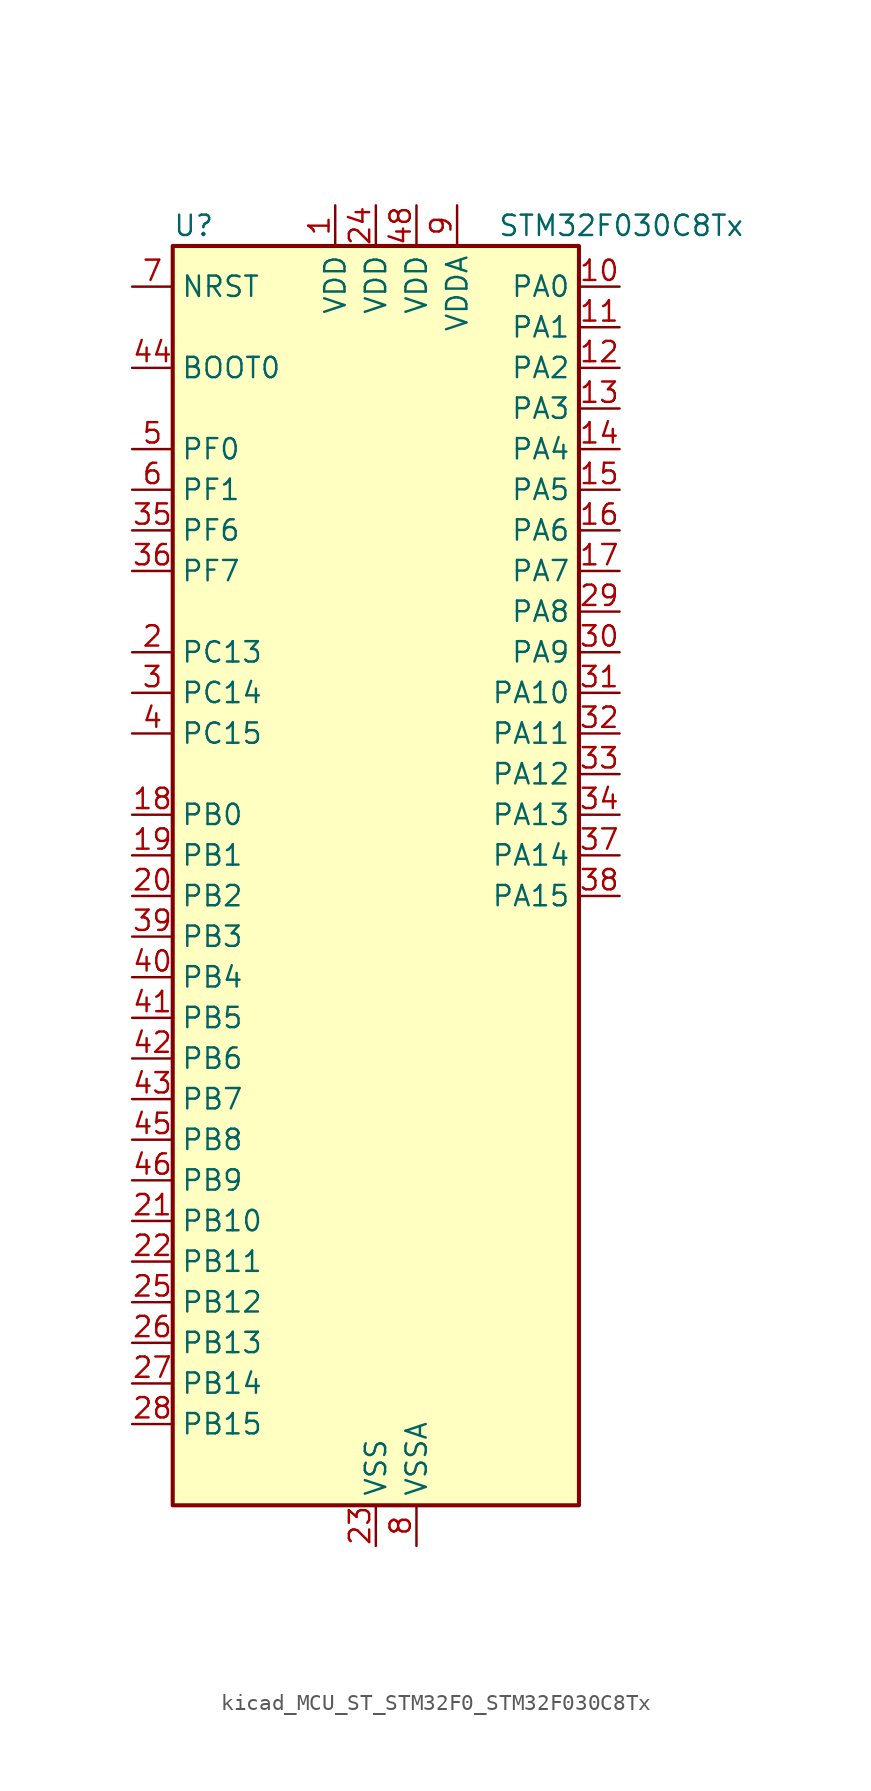
<source format=kicad_sym>
(kicad_symbol_lib
  (version 20220914)
  (generator kicad_symbol_editor)
  (symbol "kicad_MCU_ST_STM32F0_STM32F030C8Tx"
    (property "Reference" "U"
      (at -12.7 41.91 0)
      (effects (font (size 1.27 1.27)) (justify left)))
    (property "Value" "STM32F030C8Tx"
      (at 7.62 41.91 0)
      (effects (font (size 1.27 1.27)) (justify left)))
    (property "ki_locked" ""
      (at 0 0 0)
      (effects (font (size 1.27 1.27))))
    (symbol "kicad_MCU_ST_STM32F0_STM32F030C8Tx_0_1"
      (rectangle (start -12.7 -38.1) (end 12.7 40.64) (stroke (width 0.254) (type default)) (fill (type background))))
    (symbol "kicad_MCU_ST_STM32F0_STM32F030C8Tx_1_1"
      (pin power_in line (at -2.54 43.18 270) (length 2.54) (name "VDD" (effects (font (size 1.27 1.27)))) (number "1" (effects (font (size 1.27 1.27)))))
      (pin bidirectional line (at 15.24 38.1 180) (length 2.54) (name "PA0" (effects (font (size 1.27 1.27)))) (number "10" (effects (font (size 1.27 1.27)))) (alternate "ADC_IN0" bidirectional line) (alternate "RTC_TAMP2" bidirectional line) (alternate "SYS_WKUP1" bidirectional line) (alternate "USART2_CTS" bidirectional line))
      (pin bidirectional line (at 15.24 35.56 180) (length 2.54) (name "PA1" (effects (font (size 1.27 1.27)))) (number "11" (effects (font (size 1.27 1.27)))) (alternate "ADC_IN1" bidirectional line) (alternate "USART2_DE" bidirectional line) (alternate "USART2_RTS" bidirectional line))
      (pin bidirectional line (at 15.24 33.02 180) (length 2.54) (name "PA2" (effects (font (size 1.27 1.27)))) (number "12" (effects (font (size 1.27 1.27)))) (alternate "ADC_IN2" bidirectional line) (alternate "TIM15_CH1" bidirectional line) (alternate "USART2_TX" bidirectional line))
      (pin bidirectional line (at 15.24 30.48 180) (length 2.54) (name "PA3" (effects (font (size 1.27 1.27)))) (number "13" (effects (font (size 1.27 1.27)))) (alternate "ADC_IN3" bidirectional line) (alternate "TIM15_CH2" bidirectional line) (alternate "USART2_RX" bidirectional line))
      (pin bidirectional line (at 15.24 27.94 180) (length 2.54) (name "PA4" (effects (font (size 1.27 1.27)))) (number "14" (effects (font (size 1.27 1.27)))) (alternate "ADC_IN4" bidirectional line) (alternate "SPI1_NSS" bidirectional line) (alternate "TIM14_CH1" bidirectional line) (alternate "USART2_CK" bidirectional line))
      (pin bidirectional line (at 15.24 25.4 180) (length 2.54) (name "PA5" (effects (font (size 1.27 1.27)))) (number "15" (effects (font (size 1.27 1.27)))) (alternate "ADC_IN5" bidirectional line) (alternate "SPI1_SCK" bidirectional line))
      (pin bidirectional line (at 15.24 22.86 180) (length 2.54) (name "PA6" (effects (font (size 1.27 1.27)))) (number "16" (effects (font (size 1.27 1.27)))) (alternate "ADC_IN6" bidirectional line) (alternate "SPI1_MISO" bidirectional line) (alternate "TIM16_CH1" bidirectional line) (alternate "TIM1_BKIN" bidirectional line) (alternate "TIM3_CH1" bidirectional line))
      (pin bidirectional line (at 15.24 20.32 180) (length 2.54) (name "PA7" (effects (font (size 1.27 1.27)))) (number "17" (effects (font (size 1.27 1.27)))) (alternate "ADC_IN7" bidirectional line) (alternate "SPI1_MOSI" bidirectional line) (alternate "TIM14_CH1" bidirectional line) (alternate "TIM17_CH1" bidirectional line) (alternate "TIM1_CH1N" bidirectional line) (alternate "TIM3_CH2" bidirectional line))
      (pin bidirectional line (at -15.24 5.08 0) (length 2.54) (name "PB0" (effects (font (size 1.27 1.27)))) (number "18" (effects (font (size 1.27 1.27)))) (alternate "ADC_IN8" bidirectional line) (alternate "TIM1_CH2N" bidirectional line) (alternate "TIM3_CH3" bidirectional line))
      (pin bidirectional line (at -15.24 2.54 0) (length 2.54) (name "PB1" (effects (font (size 1.27 1.27)))) (number "19" (effects (font (size 1.27 1.27)))) (alternate "ADC_IN9" bidirectional line) (alternate "TIM14_CH1" bidirectional line) (alternate "TIM1_CH3N" bidirectional line) (alternate "TIM3_CH4" bidirectional line))
      (pin bidirectional line (at -15.24 15.24 0) (length 2.54) (name "PC13" (effects (font (size 1.27 1.27)))) (number "2" (effects (font (size 1.27 1.27)))) (alternate "RTC_OUT_ALARM" bidirectional line) (alternate "RTC_OUT_CALIB" bidirectional line) (alternate "RTC_TAMP1" bidirectional line) (alternate "RTC_TS" bidirectional line) (alternate "SYS_WKUP2" bidirectional line))
      (pin bidirectional line (at -15.24 0 0) (length 2.54) (name "PB2" (effects (font (size 1.27 1.27)))) (number "20" (effects (font (size 1.27 1.27)))))
      (pin bidirectional line (at -15.24 -20.32 0) (length 2.54) (name "PB10" (effects (font (size 1.27 1.27)))) (number "21" (effects (font (size 1.27 1.27)))) (alternate "I2C2_SCL" bidirectional line))
      (pin bidirectional line (at -15.24 -22.86 0) (length 2.54) (name "PB11" (effects (font (size 1.27 1.27)))) (number "22" (effects (font (size 1.27 1.27)))) (alternate "I2C2_SDA" bidirectional line))
      (pin power_in line (at 0 -40.64 90) (length 2.54) (name "VSS" (effects (font (size 1.27 1.27)))) (number "23" (effects (font (size 1.27 1.27)))))
      (pin power_in line (at 0 43.18 270) (length 2.54) (name "VDD" (effects (font (size 1.27 1.27)))) (number "24" (effects (font (size 1.27 1.27)))))
      (pin bidirectional line (at -15.24 -25.4 0) (length 2.54) (name "PB12" (effects (font (size 1.27 1.27)))) (number "25" (effects (font (size 1.27 1.27)))) (alternate "SPI2_NSS" bidirectional line) (alternate "TIM1_BKIN" bidirectional line))
      (pin bidirectional line (at -15.24 -27.94 0) (length 2.54) (name "PB13" (effects (font (size 1.27 1.27)))) (number "26" (effects (font (size 1.27 1.27)))) (alternate "SPI2_SCK" bidirectional line) (alternate "TIM1_CH1N" bidirectional line))
      (pin bidirectional line (at -15.24 -30.48 0) (length 2.54) (name "PB14" (effects (font (size 1.27 1.27)))) (number "27" (effects (font (size 1.27 1.27)))) (alternate "SPI2_MISO" bidirectional line) (alternate "TIM15_CH1" bidirectional line) (alternate "TIM1_CH2N" bidirectional line))
      (pin bidirectional line (at -15.24 -33.02 0) (length 2.54) (name "PB15" (effects (font (size 1.27 1.27)))) (number "28" (effects (font (size 1.27 1.27)))) (alternate "RTC_REFIN" bidirectional line) (alternate "SPI2_MOSI" bidirectional line) (alternate "TIM15_CH1N" bidirectional line) (alternate "TIM15_CH2" bidirectional line) (alternate "TIM1_CH3N" bidirectional line))
      (pin bidirectional line (at 15.24 17.78 180) (length 2.54) (name "PA8" (effects (font (size 1.27 1.27)))) (number "29" (effects (font (size 1.27 1.27)))) (alternate "RCC_MCO" bidirectional line) (alternate "TIM1_CH1" bidirectional line) (alternate "USART1_CK" bidirectional line))
      (pin bidirectional line (at -15.24 12.7 0) (length 2.54) (name "PC14" (effects (font (size 1.27 1.27)))) (number "3" (effects (font (size 1.27 1.27)))) (alternate "RCC_OSC32_IN" bidirectional line))
      (pin bidirectional line (at 15.24 15.24 180) (length 2.54) (name "PA9" (effects (font (size 1.27 1.27)))) (number "30" (effects (font (size 1.27 1.27)))) (alternate "TIM15_BKIN" bidirectional line) (alternate "TIM1_CH2" bidirectional line) (alternate "USART1_TX" bidirectional line))
      (pin bidirectional line (at 15.24 12.7 180) (length 2.54) (name "PA10" (effects (font (size 1.27 1.27)))) (number "31" (effects (font (size 1.27 1.27)))) (alternate "TIM17_BKIN" bidirectional line) (alternate "TIM1_CH3" bidirectional line) (alternate "USART1_RX" bidirectional line))
      (pin bidirectional line (at 15.24 10.16 180) (length 2.54) (name "PA11" (effects (font (size 1.27 1.27)))) (number "32" (effects (font (size 1.27 1.27)))) (alternate "TIM1_CH4" bidirectional line) (alternate "USART1_CTS" bidirectional line))
      (pin bidirectional line (at 15.24 7.62 180) (length 2.54) (name "PA12" (effects (font (size 1.27 1.27)))) (number "33" (effects (font (size 1.27 1.27)))) (alternate "TIM1_ETR" bidirectional line) (alternate "USART1_DE" bidirectional line) (alternate "USART1_RTS" bidirectional line))
      (pin bidirectional line (at 15.24 5.08 180) (length 2.54) (name "PA13" (effects (font (size 1.27 1.27)))) (number "34" (effects (font (size 1.27 1.27)))) (alternate "IR_OUT" bidirectional line) (alternate "SYS_SWDIO" bidirectional line))
      (pin bidirectional line (at -15.24 22.86 0) (length 2.54) (name "PF6" (effects (font (size 1.27 1.27)))) (number "35" (effects (font (size 1.27 1.27)))) (alternate "I2C2_SCL" bidirectional line))
      (pin bidirectional line (at -15.24 20.32 0) (length 2.54) (name "PF7" (effects (font (size 1.27 1.27)))) (number "36" (effects (font (size 1.27 1.27)))) (alternate "I2C2_SDA" bidirectional line))
      (pin bidirectional line (at 15.24 2.54 180) (length 2.54) (name "PA14" (effects (font (size 1.27 1.27)))) (number "37" (effects (font (size 1.27 1.27)))) (alternate "SYS_SWCLK" bidirectional line) (alternate "USART2_TX" bidirectional line))
      (pin bidirectional line (at 15.24 0 180) (length 2.54) (name "PA15" (effects (font (size 1.27 1.27)))) (number "38" (effects (font (size 1.27 1.27)))) (alternate "SPI1_NSS" bidirectional line) (alternate "USART2_RX" bidirectional line))
      (pin bidirectional line (at -15.24 -2.54 0) (length 2.54) (name "PB3" (effects (font (size 1.27 1.27)))) (number "39" (effects (font (size 1.27 1.27)))) (alternate "SPI1_SCK" bidirectional line))
      (pin bidirectional line (at -15.24 10.16 0) (length 2.54) (name "PC15" (effects (font (size 1.27 1.27)))) (number "4" (effects (font (size 1.27 1.27)))) (alternate "RCC_OSC32_OUT" bidirectional line))
      (pin bidirectional line (at -15.24 -5.08 0) (length 2.54) (name "PB4" (effects (font (size 1.27 1.27)))) (number "40" (effects (font (size 1.27 1.27)))) (alternate "SPI1_MISO" bidirectional line) (alternate "TIM3_CH1" bidirectional line))
      (pin bidirectional line (at -15.24 -7.62 0) (length 2.54) (name "PB5" (effects (font (size 1.27 1.27)))) (number "41" (effects (font (size 1.27 1.27)))) (alternate "I2C1_SMBA" bidirectional line) (alternate "SPI1_MOSI" bidirectional line) (alternate "TIM16_BKIN" bidirectional line) (alternate "TIM3_CH2" bidirectional line))
      (pin bidirectional line (at -15.24 -10.16 0) (length 2.54) (name "PB6" (effects (font (size 1.27 1.27)))) (number "42" (effects (font (size 1.27 1.27)))) (alternate "I2C1_SCL" bidirectional line) (alternate "TIM16_CH1N" bidirectional line) (alternate "USART1_TX" bidirectional line))
      (pin bidirectional line (at -15.24 -12.7 0) (length 2.54) (name "PB7" (effects (font (size 1.27 1.27)))) (number "43" (effects (font (size 1.27 1.27)))) (alternate "I2C1_SDA" bidirectional line) (alternate "TIM17_CH1N" bidirectional line) (alternate "USART1_RX" bidirectional line))
      (pin input line (at -15.24 33.02 0) (length 2.54) (name "BOOT0" (effects (font (size 1.27 1.27)))) (number "44" (effects (font (size 1.27 1.27)))))
      (pin bidirectional line (at -15.24 -15.24 0) (length 2.54) (name "PB8" (effects (font (size 1.27 1.27)))) (number "45" (effects (font (size 1.27 1.27)))) (alternate "I2C1_SCL" bidirectional line) (alternate "TIM16_CH1" bidirectional line))
      (pin bidirectional line (at -15.24 -17.78 0) (length 2.54) (name "PB9" (effects (font (size 1.27 1.27)))) (number "46" (effects (font (size 1.27 1.27)))) (alternate "I2C1_SDA" bidirectional line) (alternate "IR_OUT" bidirectional line) (alternate "TIM17_CH1" bidirectional line))
      (pin passive line (at 0 -40.64 90) (length 2.54) hide (name "VSS" (effects (font (size 1.27 1.27)))) (number "47" (effects (font (size 1.27 1.27)))))
      (pin power_in line (at 2.54 43.18 270) (length 2.54) (name "VDD" (effects (font (size 1.27 1.27)))) (number "48" (effects (font (size 1.27 1.27)))))
      (pin bidirectional line (at -15.24 27.94 0) (length 2.54) (name "PF0" (effects (font (size 1.27 1.27)))) (number "5" (effects (font (size 1.27 1.27)))) (alternate "RCC_OSC_IN" bidirectional line))
      (pin bidirectional line (at -15.24 25.4 0) (length 2.54) (name "PF1" (effects (font (size 1.27 1.27)))) (number "6" (effects (font (size 1.27 1.27)))) (alternate "RCC_OSC_OUT" bidirectional line))
      (pin input line (at -15.24 38.1 0) (length 2.54) (name "NRST" (effects (font (size 1.27 1.27)))) (number "7" (effects (font (size 1.27 1.27)))))
      (pin power_in line (at 2.54 -40.64 90) (length 2.54) (name "VSSA" (effects (font (size 1.27 1.27)))) (number "8" (effects (font (size 1.27 1.27)))))
      (pin power_in line (at 5.08 43.18 270) (length 2.54) (name "VDDA" (effects (font (size 1.27 1.27)))) (number "9" (effects (font (size 1.27 1.27))))))))
</source>
